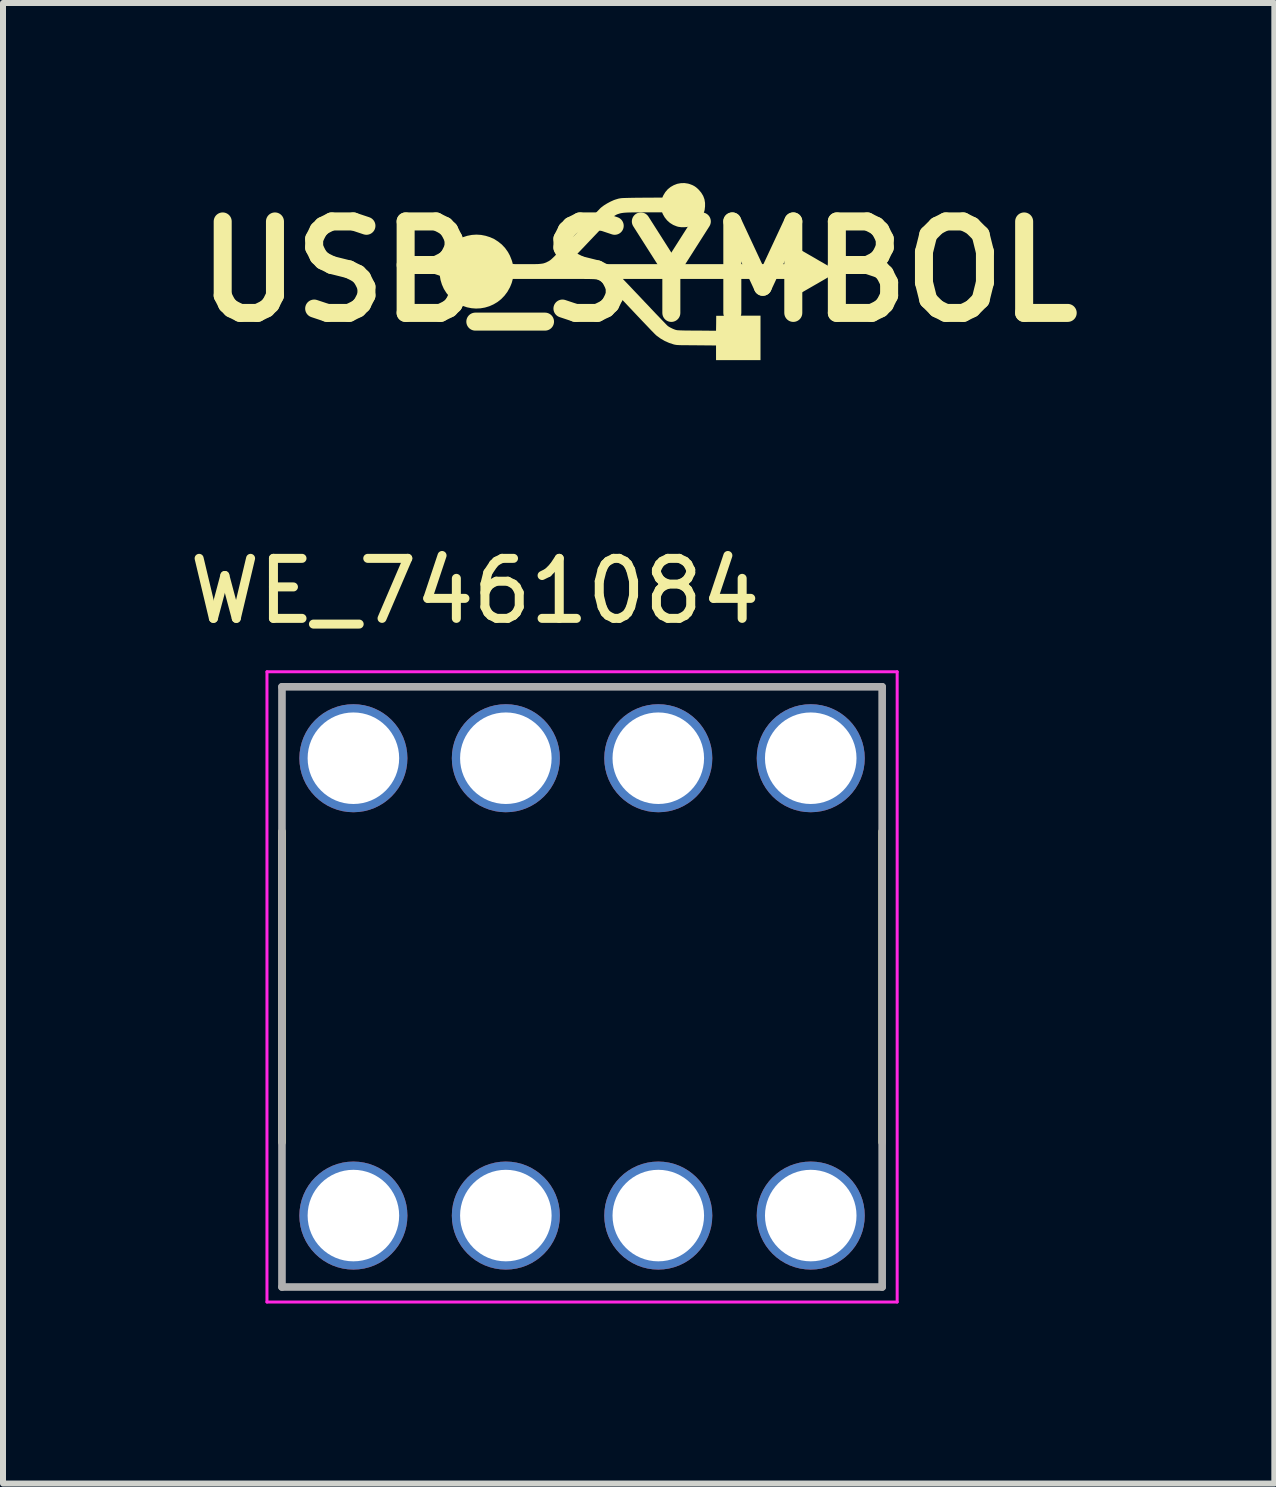
<source format=kicad_pcb>
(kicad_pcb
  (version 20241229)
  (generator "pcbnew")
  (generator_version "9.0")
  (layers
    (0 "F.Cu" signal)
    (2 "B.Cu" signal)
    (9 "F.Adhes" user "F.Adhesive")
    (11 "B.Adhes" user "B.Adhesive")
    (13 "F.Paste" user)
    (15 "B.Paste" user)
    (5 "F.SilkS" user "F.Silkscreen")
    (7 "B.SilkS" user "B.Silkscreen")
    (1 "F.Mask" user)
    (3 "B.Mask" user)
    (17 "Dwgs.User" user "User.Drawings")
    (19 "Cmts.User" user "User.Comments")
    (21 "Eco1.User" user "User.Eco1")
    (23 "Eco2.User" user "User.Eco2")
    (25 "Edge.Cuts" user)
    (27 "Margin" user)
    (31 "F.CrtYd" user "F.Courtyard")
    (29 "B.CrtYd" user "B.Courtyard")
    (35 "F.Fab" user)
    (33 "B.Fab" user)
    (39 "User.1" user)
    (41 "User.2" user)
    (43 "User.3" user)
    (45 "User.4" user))
  (footprint "WE_7461084"
    (layer "F.Cu")
    (at 6.648 13.393)
    (property "Reference" "WE_7461084" (at -1.785 -6.595 0) (layer "F.SilkS") (effects (font (size 1 1) (thickness 0.15))))
    (attr through_hole)
    (fp_line (start -5 -2.59) (end -5 2.59) (stroke (width 0.127) (type solid)) (layer "F.SilkS"))
    (fp_line (start 5 -2.59) (end 5 2.59) (stroke (width 0.127) (type solid)) (layer "F.SilkS"))
    (fp_line (start -5.25 -5.25) (end -5.25 5.25) (stroke (width 0.05) (type solid)) (layer "F.CrtYd"))
    (fp_line (start -5.25 5.25) (end 5.25 5.25) (stroke (width 0.05) (type solid)) (layer "F.CrtYd"))
    (fp_line (start 5.25 -5.25) (end -5.25 -5.25) (stroke (width 0.05) (type solid)) (layer "F.CrtYd"))
    (fp_line (start 5.25 5.25) (end 5.25 -5.25) (stroke (width 0.05) (type solid)) (layer "F.CrtYd"))
    (fp_line (start -5 -5) (end 5 -5) (stroke (width 0.127) (type solid)) (layer "F.Fab"))
    (fp_line (start -5 5) (end -5 -5) (stroke (width 0.127) (type solid)) (layer "F.Fab"))
    (fp_line (start 5 -5) (end 5 5) (stroke (width 0.127) (type solid)) (layer "F.Fab"))
    (fp_line (start 5 5) (end -5 5) (stroke (width 0.127) (type solid)) (layer "F.Fab"))
    (pad "1" thru_hole circle (at -3.81 -3.81) (size 1.8 1.8) (drill 1.525) (layers "*.Cu" "*.Mask"))
    (pad "1" thru_hole circle (at -3.81 3.81) (size 1.8 1.8) (drill 1.525) (layers "*.Cu" "*.Mask"))
    (pad "1" thru_hole circle (at -1.27 -3.81) (size 1.8 1.8) (drill 1.525) (layers "*.Cu" "*.Mask"))
    (pad "1" thru_hole circle (at -1.27 3.81) (size 1.8 1.8) (drill 1.525) (layers "*.Cu" "*.Mask"))
    (pad "1" thru_hole circle (at 1.27 -3.81) (size 1.8 1.8) (drill 1.525) (layers "*.Cu" "*.Mask"))
    (pad "1" thru_hole circle (at 1.27 3.81) (size 1.8 1.8) (drill 1.525) (layers "*.Cu" "*.Mask"))
    (pad "1" thru_hole circle (at 3.81 -3.81) (size 1.8 1.8) (drill 1.525) (layers "*.Cu" "*.Mask"))
    (pad "1" thru_hole circle (at 3.81 3.81) (size 1.8 1.8) (drill 1.525) (layers "*.Cu" "*.Mask")))
  (footprint "USB_SYMBOL"
    (layer "F.Cu")
    (at 7.591 1.474)
    (property "Reference" "USB_SYMBOL" (at 0 0 0) (layer "F.SilkS") (effects (font (size 1.524 1.524) (thickness 0.3))))
    (attr board_only exclude_from_pos_files exclude_from_bom)
    (fp_poly (pts (xy 0.823 -1.465) (xy 0.853 -1.456) (xy 0.893 -1.441) (xy 0.926 -1.424) (xy 0.957 -1.403) (xy 0.988 -1.375) (xy 1.001 -1.363) (xy 1.043 -1.313) (xy 1.075 -1.26) (xy 1.096 -1.204) (xy 1.106 -1.143) (xy 1.106 -1.085) (xy 1.099 -1.024) (xy 1.083 -0.969) (xy 1.057 -0.919) (xy 1.022 -0.871) (xy 0.998 -0.846) (xy 0.948 -0.803) (xy 0.894 -0.771) (xy 0.837 -0.749) (xy 0.798 -0.741) (xy 0.753 -0.738) (xy 0.706 -0.739) (xy 0.662 -0.745) (xy 0.636 -0.752) (xy 0.576 -0.776) (xy 0.521 -0.81) (xy 0.473 -0.853) (xy 0.433 -0.903) (xy 0.404 -0.954) (xy 0.39 -0.986) (xy 0.091 -0.986) (xy 0.016 -0.986) (xy -0.048 -0.985) (xy -0.103 -0.985) (xy -0.149 -0.984) (xy -0.188 -0.983) (xy -0.22 -0.981) (xy -0.247 -0.979) (xy -0.27 -0.976) (xy -0.29 -0.973) (xy -0.307 -0.969) (xy -0.323 -0.965) (xy -0.33 -0.962) (xy -0.344 -0.958) (xy -0.357 -0.953) (xy -0.369 -0.948) (xy -0.381 -0.941) (xy -0.394 -0.934) (xy -0.408 -0.924) (xy -0.424 -0.911) (xy -0.442 -0.895) (xy -0.464 -0.876) (xy -0.488 -0.852) (xy -0.517 -0.823) (xy -0.55 -0.789) (xy -0.588 -0.75) (xy -0.633 -0.704) (xy -0.683 -0.651) (xy -0.741 -0.59) (xy -0.804 -0.524) (xy -0.857 -0.468) (xy -0.908 -0.414) (xy -0.957 -0.363) (xy -1.002 -0.316) (xy -1.043 -0.272) (xy -1.079 -0.234) (xy -1.11 -0.2) (xy -1.136 -0.173) (xy -1.155 -0.152) (xy -1.168 -0.138) (xy -1.173 -0.133) (xy -1.173 -0.133) (xy -1.173 -0.132) (xy -1.172 -0.131) (xy -1.17 -0.13) (xy -1.166 -0.129) (xy -1.16 -0.129) (xy -1.151 -0.128) (xy -1.139 -0.127) (xy -1.124 -0.127) (xy -1.106 -0.126) (xy -1.083 -0.126) (xy -1.056 -0.125) (xy -1.025 -0.125) (xy -0.988 -0.125) (xy -0.946 -0.124) (xy -0.898 -0.124) (xy -0.843 -0.124) (xy -0.782 -0.123) (xy -0.714 -0.123) (xy -0.639 -0.123) (xy -0.555 -0.123) (xy -0.464 -0.123) (xy -0.365 -0.123) (xy -0.256 -0.123) (xy -0.138 -0.123) (xy -0.011 -0.123) (xy 0.127 -0.123) (xy 0.274 -0.123) (xy 0.433 -0.123) (xy 0.602 -0.123) (xy 0.703 -0.123) (xy 2.584 -0.123) (xy 2.586 -0.273) (xy 2.587 -0.424) (xy 2.948 -0.216) (xy 3.007 -0.181) (xy 3.064 -0.149) (xy 3.117 -0.118) (xy 3.165 -0.09) (xy 3.208 -0.065) (xy 3.245 -0.043) (xy 3.275 -0.026) (xy 3.296 -0.013) (xy 3.31 -0.005) (xy 3.314 -0.002) (xy 3.31 0.002) (xy 3.296 0.011) (xy 3.273 0.026) (xy 3.241 0.045) (xy 3.201 0.069) (xy 3.153 0.098) (xy 3.097 0.131) (xy 3.033 0.168) (xy 2.964 0.208) (xy 2.953 0.214) (xy 2.587 0.425) (xy 2.584 0.123) (xy -0.264 0.123) (xy -0.165 0.226) (xy -0.143 0.249) (xy -0.115 0.279) (xy -0.08 0.316) (xy -0.04 0.358) (xy 0.003 0.403) (xy 0.05 0.453) (xy 0.098 0.504) (xy 0.148 0.556) (xy 0.197 0.608) (xy 0.201 0.613) (xy 0.247 0.661) (xy 0.291 0.708) (xy 0.333 0.751) (xy 0.371 0.791) (xy 0.405 0.826) (xy 0.434 0.856) (xy 0.457 0.88) (xy 0.474 0.897) (xy 0.485 0.907) (xy 0.487 0.909) (xy 0.51 0.924) (xy 0.54 0.94) (xy 0.573 0.956) (xy 0.604 0.968) (xy 0.616 0.972) (xy 0.624 0.974) (xy 0.634 0.976) (xy 0.647 0.978) (xy 0.663 0.979) (xy 0.683 0.98) (xy 0.709 0.981) (xy 0.741 0.982) (xy 0.78 0.983) (xy 0.828 0.983) (xy 0.886 0.984) (xy 0.953 0.984) (xy 0.97 0.984) (xy 1.289 0.987) (xy 1.291 0.862) (xy 1.292 0.738) (xy 1.661 0.736) (xy 2.03 0.735) (xy 2.03 1.476) (xy 1.289 1.476) (xy 1.289 1.232) (xy 0.961 1.229) (xy 0.891 1.229) (xy 0.831 1.228) (xy 0.78 1.228) (xy 0.739 1.227) (xy 0.705 1.227) (xy 0.677 1.226) (xy 0.655 1.225) (xy 0.637 1.224) (xy 0.622 1.222) (xy 0.61 1.22) (xy 0.6 1.218) (xy 0.589 1.216) (xy 0.586 1.215) (xy 0.509 1.19) (xy 0.434 1.157) (xy 0.365 1.117) (xy 0.303 1.072) (xy 0.285 1.057) (xy 0.277 1.049) (xy 0.261 1.033) (xy 0.238 1.009) (xy 0.209 0.98) (xy 0.175 0.944) (xy 0.136 0.903) (xy 0.093 0.858) (xy 0.046 0.809) (xy -0.004 0.756) (xy -0.056 0.701) (xy -0.104 0.65) (xy -0.172 0.578) (xy -0.232 0.514) (xy -0.286 0.458) (xy -0.333 0.408) (xy -0.374 0.365) (xy -0.41 0.328) (xy -0.44 0.296) (xy -0.466 0.269) (xy -0.488 0.247) (xy -0.507 0.229) (xy -0.523 0.214) (xy -0.536 0.202) (xy -0.547 0.193) (xy -0.557 0.186) (xy -0.566 0.18) (xy -0.574 0.175) (xy -0.582 0.171) (xy -0.591 0.166) (xy -0.597 0.164) (xy -0.609 0.158) (xy -0.62 0.152) (xy -0.631 0.147) (xy -0.641 0.143) (xy -0.653 0.139) (xy -0.666 0.136) (xy -0.681 0.133) (xy -0.699 0.131) (xy -0.721 0.129) (xy -0.746 0.127) (xy -0.777 0.126) (xy -0.813 0.125) (xy -0.855 0.124) (xy -0.903 0.124) (xy -0.96 0.123) (xy -1.024 0.123) (xy -1.097 0.123) (xy -1.18 0.123) (xy -1.273 0.123) (xy -1.377 0.123) (xy -1.412 0.123) (xy -2.097 0.123) (xy -2.108 0.165) (xy -2.115 0.189) (xy -2.126 0.218) (xy -2.139 0.249) (xy -2.146 0.265) (xy -2.187 0.338) (xy -2.236 0.403) (xy -2.291 0.46) (xy -2.352 0.508) (xy -2.418 0.547) (xy -2.487 0.578) (xy -2.56 0.6) (xy -2.634 0.613) (xy -2.71 0.617) (xy -2.786 0.611) (xy -2.861 0.596) (xy -2.934 0.571) (xy -3.004 0.537) (xy -3.072 0.493) (xy -3.134 0.439) (xy -3.15 0.422) (xy -3.203 0.358) (xy -3.246 0.289) (xy -3.278 0.217) (xy -3.301 0.142) (xy -3.314 0.065) (xy -3.317 -0.012) (xy -3.311 -0.089) (xy -3.294 -0.165) (xy -3.269 -0.239) (xy -3.234 -0.309) (xy -3.189 -0.375) (xy -3.136 -0.436) (xy -3.073 -0.491) (xy -3.073 -0.491) (xy -3.004 -0.536) (xy -2.931 -0.571) (xy -2.856 -0.595) (xy -2.779 -0.61) (xy -2.702 -0.615) (xy -2.625 -0.61) (xy -2.549 -0.595) (xy -2.476 -0.572) (xy -2.405 -0.54) (xy -2.34 -0.498) (xy -2.279 -0.449) (xy -2.225 -0.391) (xy -2.178 -0.325) (xy -2.16 -0.292) (xy -2.147 -0.268) (xy -2.135 -0.239) (xy -2.123 -0.209) (xy -2.112 -0.18) (xy -2.105 -0.156) (xy -2.101 -0.138) (xy -2.1 -0.133) (xy -2.1 -0.13) (xy -2.097 -0.128) (xy -2.092 -0.127) (xy -2.083 -0.125) (xy -2.07 -0.124) (xy -2.05 -0.123) (xy -2.023 -0.123) (xy -1.988 -0.123) (xy -1.943 -0.123) (xy -1.889 -0.123) (xy -1.871 -0.123) (xy -1.806 -0.123) (xy -1.752 -0.123) (xy -1.706 -0.124) (xy -1.669 -0.125) (xy -1.638 -0.128) (xy -1.612 -0.131) (xy -1.589 -0.135) (xy -1.569 -0.141) (xy -1.55 -0.148) (xy -1.531 -0.156) (xy -1.511 -0.167) (xy -1.509 -0.167) (xy -1.501 -0.172) (xy -1.492 -0.177) (xy -1.484 -0.182) (xy -1.475 -0.188) (xy -1.465 -0.196) (xy -1.453 -0.206) (xy -1.439 -0.219) (xy -1.422 -0.235) (xy -1.403 -0.254) (xy -1.379 -0.278) (xy -1.352 -0.306) (xy -1.32 -0.339) (xy -1.283 -0.378) (xy -1.241 -0.423) (xy -1.192 -0.474) (xy -1.137 -0.532) (xy -1.075 -0.598) (xy -1.008 -0.668) (xy -0.955 -0.725) (xy -0.903 -0.779) (xy -0.854 -0.83) (xy -0.809 -0.878) (xy -0.766 -0.922) (xy -0.728 -0.962) (xy -0.695 -0.996) (xy -0.668 -1.024) (xy -0.647 -1.046) (xy -0.633 -1.06) (xy -0.626 -1.066) (xy -0.58 -1.101) (xy -0.527 -1.134) (xy -0.471 -1.164) (xy -0.416 -1.189) (xy -0.397 -1.196) (xy -0.378 -1.202) (xy -0.361 -1.207) (xy -0.345 -1.212) (xy -0.329 -1.216) (xy -0.311 -1.219) (xy -0.291 -1.222) (xy -0.267 -1.224) (xy -0.239 -1.225) (xy -0.205 -1.226) (xy -0.165 -1.227) (xy -0.116 -1.228) (xy -0.059 -1.229) (xy 0.008 -1.229) (xy 0.055 -1.23) (xy 0.394 -1.232) (xy 0.412 -1.271) (xy 0.445 -1.325) (xy 0.485 -1.371) (xy 0.532 -1.409) (xy 0.585 -1.439) (xy 0.642 -1.461) (xy 0.701 -1.472) (xy 0.762 -1.474)) (stroke (width 0) (type solid)) (fill yes) (layer "F.SilkS")))
  (gr_rect
    (start -3 -3)
    (end 18.182 21.668)
    (stroke (width 0.1) (type default))
    (fill no)
    (layer "Edge.Cuts")))
</source>
